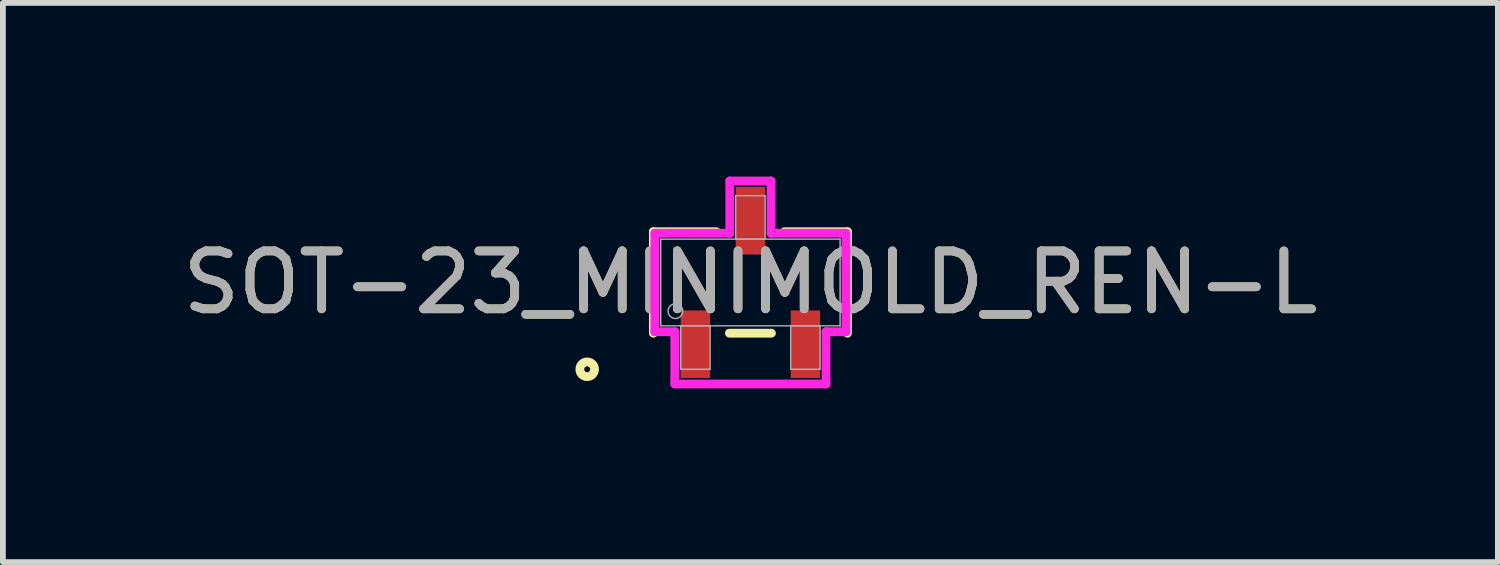
<source format=kicad_pcb>
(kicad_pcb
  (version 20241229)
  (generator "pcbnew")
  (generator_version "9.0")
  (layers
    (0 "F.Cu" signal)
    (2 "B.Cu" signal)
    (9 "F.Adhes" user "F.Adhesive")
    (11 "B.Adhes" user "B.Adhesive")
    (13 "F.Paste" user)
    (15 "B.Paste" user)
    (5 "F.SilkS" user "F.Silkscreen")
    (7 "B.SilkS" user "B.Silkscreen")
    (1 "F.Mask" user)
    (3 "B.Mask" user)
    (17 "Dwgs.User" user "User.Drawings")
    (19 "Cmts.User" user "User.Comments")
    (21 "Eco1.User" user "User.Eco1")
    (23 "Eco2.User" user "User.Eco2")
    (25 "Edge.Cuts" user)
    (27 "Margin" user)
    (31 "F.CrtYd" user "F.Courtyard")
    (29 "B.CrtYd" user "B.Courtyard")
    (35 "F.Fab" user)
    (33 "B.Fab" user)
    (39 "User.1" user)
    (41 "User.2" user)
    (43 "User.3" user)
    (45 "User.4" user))
  (footprint "SOT-23_MINIMOLD_REN-L"
    (layer "F.Cu")
    (at 9.911 1.829)
    (property "Reference" "SOT-23_MINIMOLD_REN-L" (at 0 0 0) (unlocked yes) (layer "F.SilkS") (effects (font (size 1 1) (thickness 0.15))))
    (attr smd)
    (fp_line (start -1.676 -0.876) (end -1.676 0.876) (stroke (width 0.152) (type solid)) (layer "F.SilkS"))
    (fp_line (start -0.587 -0.876) (end -1.676 -0.876) (stroke (width 0.152) (type solid)) (layer "F.SilkS"))
    (fp_line (start -0.363 0.876) (end 0.363 0.876) (stroke (width 0.152) (type solid)) (layer "F.SilkS"))
    (fp_line (start 1.676 -0.876) (end 0.587 -0.876) (stroke (width 0.152) (type solid)) (layer "F.SilkS"))
    (fp_line (start 1.676 0.876) (end 1.676 -0.876) (stroke (width 0.152) (type solid)) (layer "F.SilkS"))
    (fp_circle (center -2.819 1.499) (end -2.692 1.499) (stroke (width 0.152) (type solid)) (fill no) (layer "F.SilkS"))
    (fp_line (start -1.651 -0.851) (end -0.356 -0.851) (stroke (width 0.152) (type solid)) (layer "F.CrtYd"))
    (fp_line (start -1.651 0.851) (end -1.651 -0.851) (stroke (width 0.152) (type solid)) (layer "F.CrtYd"))
    (fp_line (start -1.651 0.851) (end -1.306 0.851) (stroke (width 0.152) (type solid)) (layer "F.CrtYd"))
    (fp_line (start -1.306 0.851) (end -1.306 1.753) (stroke (width 0.152) (type solid)) (layer "F.CrtYd"))
    (fp_line (start -1.306 1.753) (end 1.306 1.753) (stroke (width 0.152) (type solid)) (layer "F.CrtYd"))
    (fp_line (start -0.356 -1.753) (end 0.356 -1.753) (stroke (width 0.152) (type solid)) (layer "F.CrtYd"))
    (fp_line (start -0.356 -0.851) (end -0.356 -1.753) (stroke (width 0.152) (type solid)) (layer "F.CrtYd"))
    (fp_line (start 0.356 -0.851) (end 0.356 -1.753) (stroke (width 0.152) (type solid)) (layer "F.CrtYd"))
    (fp_line (start 1.306 0.851) (end 1.306 1.753) (stroke (width 0.152) (type solid)) (layer "F.CrtYd"))
    (fp_line (start 1.651 -0.851) (end 0.356 -0.851) (stroke (width 0.152) (type solid)) (layer "F.CrtYd"))
    (fp_line (start 1.651 -0.851) (end 1.651 0.851) (stroke (width 0.152) (type solid)) (layer "F.CrtYd"))
    (fp_line (start 1.651 0.851) (end 1.306 0.851) (stroke (width 0.152) (type solid)) (layer "F.CrtYd"))
    (fp_line (start -1.549 -0.749) (end -1.549 0.749) (stroke (width 0.025) (type solid)) (layer "F.Fab"))
    (fp_line (start -1.549 0.749) (end 1.549 0.749) (stroke (width 0.025) (type solid)) (layer "F.Fab"))
    (fp_line (start -1.204 0.749) (end -1.204 1.499) (stroke (width 0.025) (type solid)) (layer "F.Fab"))
    (fp_line (start -1.204 1.499) (end -0.696 1.499) (stroke (width 0.025) (type solid)) (layer "F.Fab"))
    (fp_line (start -0.696 0.749) (end -1.204 0.749) (stroke (width 0.025) (type solid)) (layer "F.Fab"))
    (fp_line (start -0.696 1.499) (end -0.696 0.749) (stroke (width 0.025) (type solid)) (layer "F.Fab"))
    (fp_line (start -0.254 -1.499) (end -0.254 -0.749) (stroke (width 0.025) (type solid)) (layer "F.Fab"))
    (fp_line (start -0.254 -0.749) (end 0.254 -0.749) (stroke (width 0.025) (type solid)) (layer "F.Fab"))
    (fp_line (start 0.254 -1.499) (end -0.254 -1.499) (stroke (width 0.025) (type solid)) (layer "F.Fab"))
    (fp_line (start 0.254 -0.749) (end 0.254 -1.499) (stroke (width 0.025) (type solid)) (layer "F.Fab"))
    (fp_line (start 0.696 0.749) (end 0.696 1.499) (stroke (width 0.025) (type solid)) (layer "F.Fab"))
    (fp_line (start 0.696 1.499) (end 1.204 1.499) (stroke (width 0.025) (type solid)) (layer "F.Fab"))
    (fp_line (start 1.204 0.749) (end 0.696 0.749) (stroke (width 0.025) (type solid)) (layer "F.Fab"))
    (fp_line (start 1.204 1.499) (end 1.204 0.749) (stroke (width 0.025) (type solid)) (layer "F.Fab"))
    (fp_line (start 1.549 -0.749) (end -1.549 -0.749) (stroke (width 0.025) (type solid)) (layer "F.Fab"))
    (fp_line (start 1.549 0.749) (end 1.549 -0.749) (stroke (width 0.025) (type solid)) (layer "F.Fab"))
    (fp_circle (center -1.295 0.495) (end -1.168 0.495) (stroke (width 0.025) (type solid)) (fill no) (layer "F.Fab"))
    (fp_text user "${REFERENCE}" (at 0 0 0) (unlocked yes) (layer "F.Fab") (effects (font (size 1 1) (thickness 0.15))))
    (pad "1" smd rect (at -0.95 1.067) (size 0.508 1.168) (layers "F.Cu" "F.Mask" "F.Paste"))
    (pad "2" smd rect (at 0.95 1.067) (size 0.508 1.168) (layers "F.Cu" "F.Mask" "F.Paste"))
    (pad "3" smd rect (at 0 -1.067) (size 0.508 1.168) (layers "F.Cu" "F.Mask" "F.Paste")))
  (gr_rect
    (start -3 -3)
    (end 22.821 6.658)
    (stroke (width 0.1) (type default))
    (fill no)
    (layer "Edge.Cuts")))
</source>
